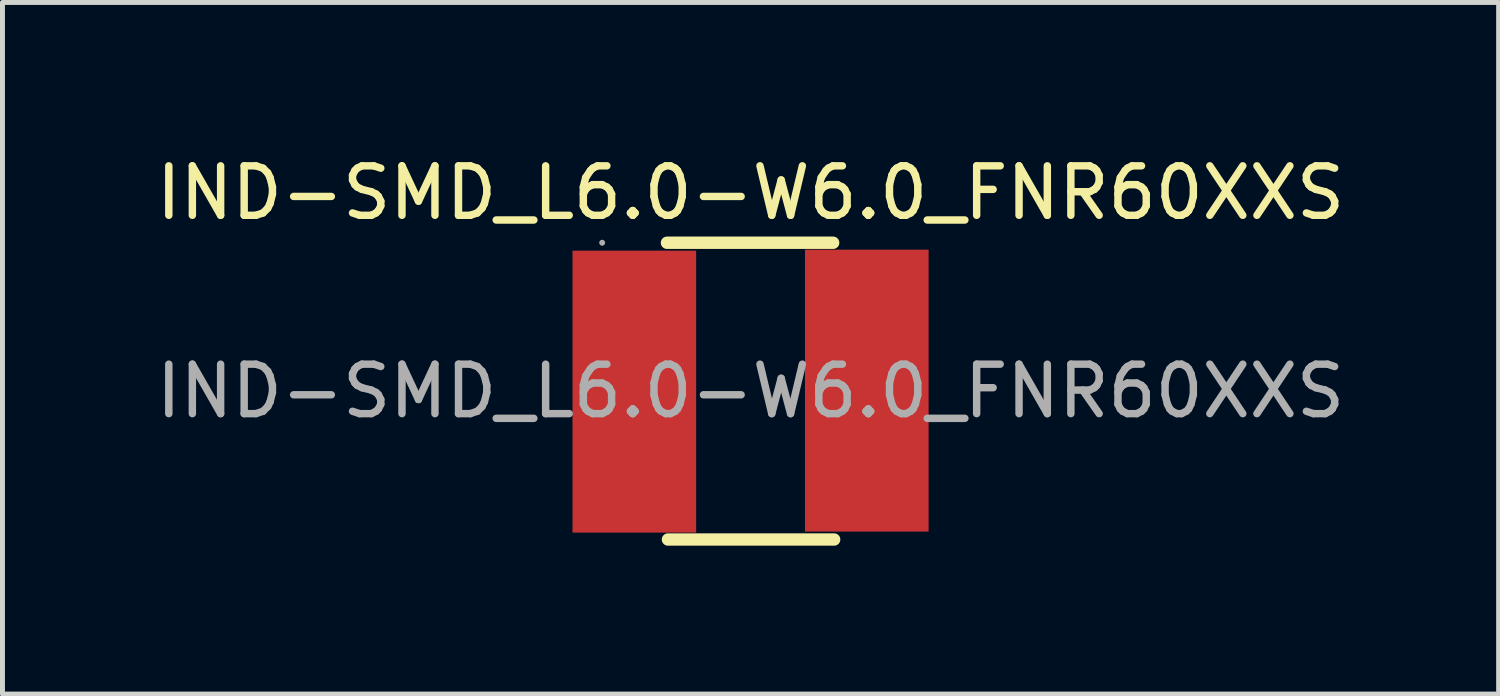
<source format=kicad_pcb>
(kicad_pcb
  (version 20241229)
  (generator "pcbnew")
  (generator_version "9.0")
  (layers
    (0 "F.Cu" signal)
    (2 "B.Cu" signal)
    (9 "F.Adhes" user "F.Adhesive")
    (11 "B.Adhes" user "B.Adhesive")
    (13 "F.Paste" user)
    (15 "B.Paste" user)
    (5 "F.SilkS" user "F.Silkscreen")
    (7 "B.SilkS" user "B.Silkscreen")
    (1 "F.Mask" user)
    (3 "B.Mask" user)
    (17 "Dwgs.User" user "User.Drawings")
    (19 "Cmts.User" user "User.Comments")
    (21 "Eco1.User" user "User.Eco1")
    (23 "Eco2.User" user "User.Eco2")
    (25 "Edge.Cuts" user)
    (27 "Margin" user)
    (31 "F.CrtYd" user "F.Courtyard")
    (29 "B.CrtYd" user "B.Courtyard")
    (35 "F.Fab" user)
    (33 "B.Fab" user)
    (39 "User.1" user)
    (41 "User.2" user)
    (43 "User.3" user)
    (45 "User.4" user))
  (footprint "IND-SMD_L6.0-W6.0_FNR60XXS"
    (layer "F.Cu")
    (at 12.125 4.858)
    (property "Reference" "IND-SMD_L6.0-W6.0_FNR60XXS" (at 0 -4.01 0) (layer "F.SilkS") (effects (font (size 1 1) (thickness 0.15))))
    (attr smd)
    (fp_line (start -1.69 -3) (end 1.67 -3) (stroke (width 0.25) (type solid)) (layer "F.SilkS"))
    (fp_line (start -1.67 3) (end 1.69 3) (stroke (width 0.25) (type solid)) (layer "F.SilkS"))
    (fp_circle (center -3 -3) (end -2.97 -3) (stroke (width 0.06) (type solid)) (fill no) (layer "F.Fab"))
    (fp_text user "${REFERENCE}" (at 0 0 0) (layer "F.Fab") (effects (font (size 1 1) (thickness 0.15))))
    (pad "1" smd rect (at -2.35 0.01) (size 2.5 5.7) (layers "F.Cu" "F.Mask" "F.Paste"))
    (pad "2" smd rect (at 2.35 -0.01) (size 2.5 5.7) (layers "F.Cu" "F.Mask" "F.Paste")))
  (gr_rect
    (start -3 -3)
    (end 27.25 10.983)
    (stroke (width 0.1) (type default))
    (fill no)
    (layer "Edge.Cuts")))
</source>
